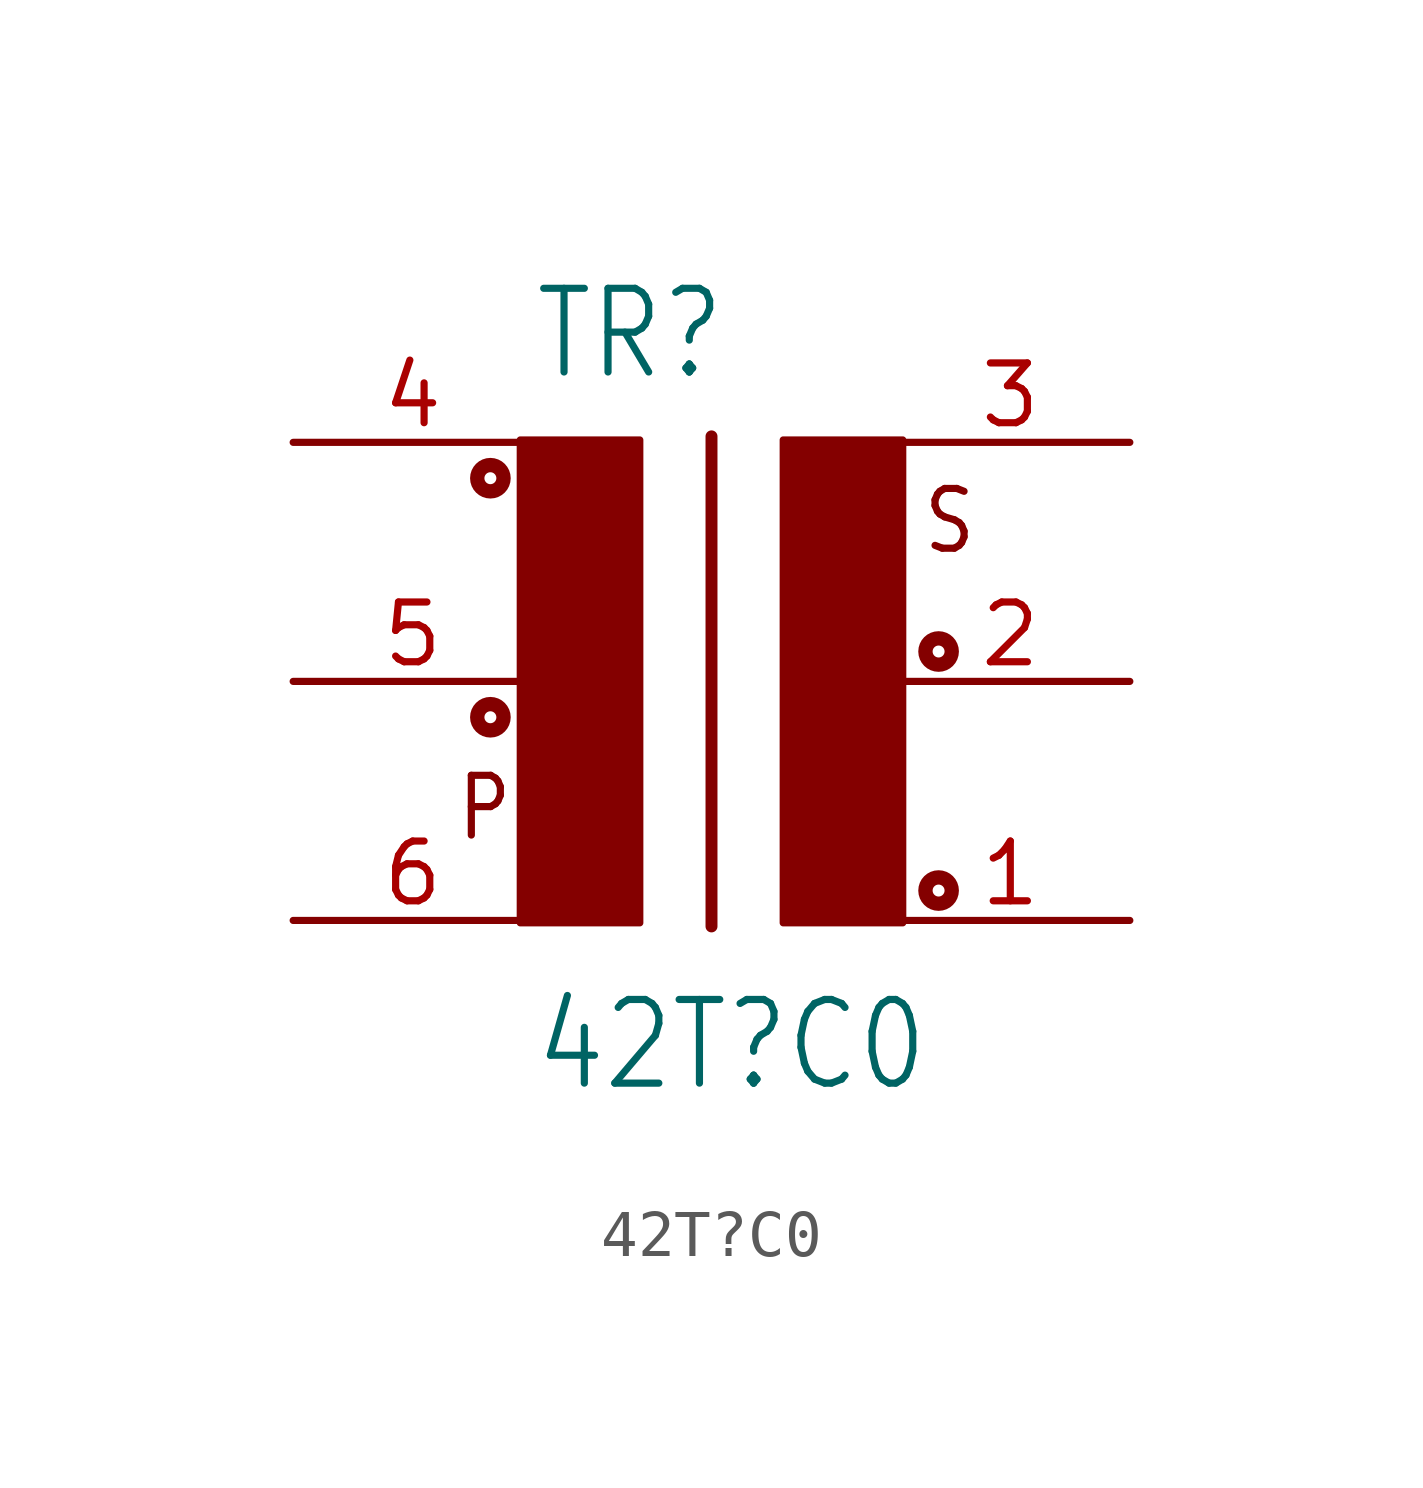
<source format=kicad_sym>
(kicad_symbol_lib
  (version 20211014)
  (generator kicad_symbol_editor)
  (symbol "42T?C0"
    (property "Reference" "TR"
      (at -2.54 6.35 0)
      (effects (font (size 1.778 1.511)) (justify left bottom)))
    (property "Value" "42T?C0"
      (at -2.54 -8.763 0)
      (effects (font (size 1.778 1.511)) (justify left bottom)))
    (property "ki_locked" ""
      (at 0 0 0)
      (effects (font (size 1.27 1.27))))
    (symbol "42T?C0_1_0"
      (circle (center -3.429 -0.762) (radius 0.127) (stroke (width 0.305) (type default) (color 0 0 0 0)) (fill (type none)))
      (circle (center -3.429 4.318) (radius 0.127) (stroke (width 0.305) (type default) (color 0 0 0 0)) (fill (type none)))
      (rectangle (start -2.794 -5.131) (end -0.254 5.131) (stroke (width 0) (type default) (color 0 0 0 0)) (fill (type outline)))
      (polyline (pts (xy 1.27 5.207) (xy 1.27 -5.207)) (stroke (width 0.254) (type default) (color 0 0 0 0)) (fill (type none)))
      (rectangle (start 2.794 -5.131) (end 5.334 5.131) (stroke (width 0) (type default) (color 0 0 0 0)) (fill (type outline)))
      (circle (center 6.096 -4.445) (radius 0.127) (stroke (width 0.305) (type default) (color 0 0 0 0)) (fill (type none)))
      (circle (center 6.096 0.635) (radius 0.127) (stroke (width 0.305) (type default) (color 0 0 0 0)) (fill (type none)))
      (text "P" (at -4.191 -3.429 0) (effects (font (size 1.27 1.079)) (justify left bottom)))
      (text "S" (at 5.715 2.667 0) (effects (font (size 1.27 1.079)) (justify left bottom)))
      (pin passive line (at 10.16 -5.08 180) (length 5.08) (name "4" (effects (font (size 0 0)))) (number "1" (effects (font (size 1.27 1.27)))))
      (pin passive line (at 10.16 0 180) (length 5.08) (name "5" (effects (font (size 0 0)))) (number "2" (effects (font (size 1.27 1.27)))))
      (pin passive line (at 10.16 5.08 180) (length 5.08) (name "6" (effects (font (size 0 0)))) (number "3" (effects (font (size 1.27 1.27)))))
      (pin passive line (at -7.62 5.08 0) (length 5.08) (name "1" (effects (font (size 0 0)))) (number "4" (effects (font (size 1.27 1.27)))))
      (pin passive line (at -7.62 0 0) (length 5.08) (name "2" (effects (font (size 0 0)))) (number "5" (effects (font (size 1.27 1.27)))))
      (pin passive line (at -7.62 -5.08 0) (length 5.08) (name "3" (effects (font (size 0 0)))) (number "6" (effects (font (size 1.27 1.27))))))))
</source>
